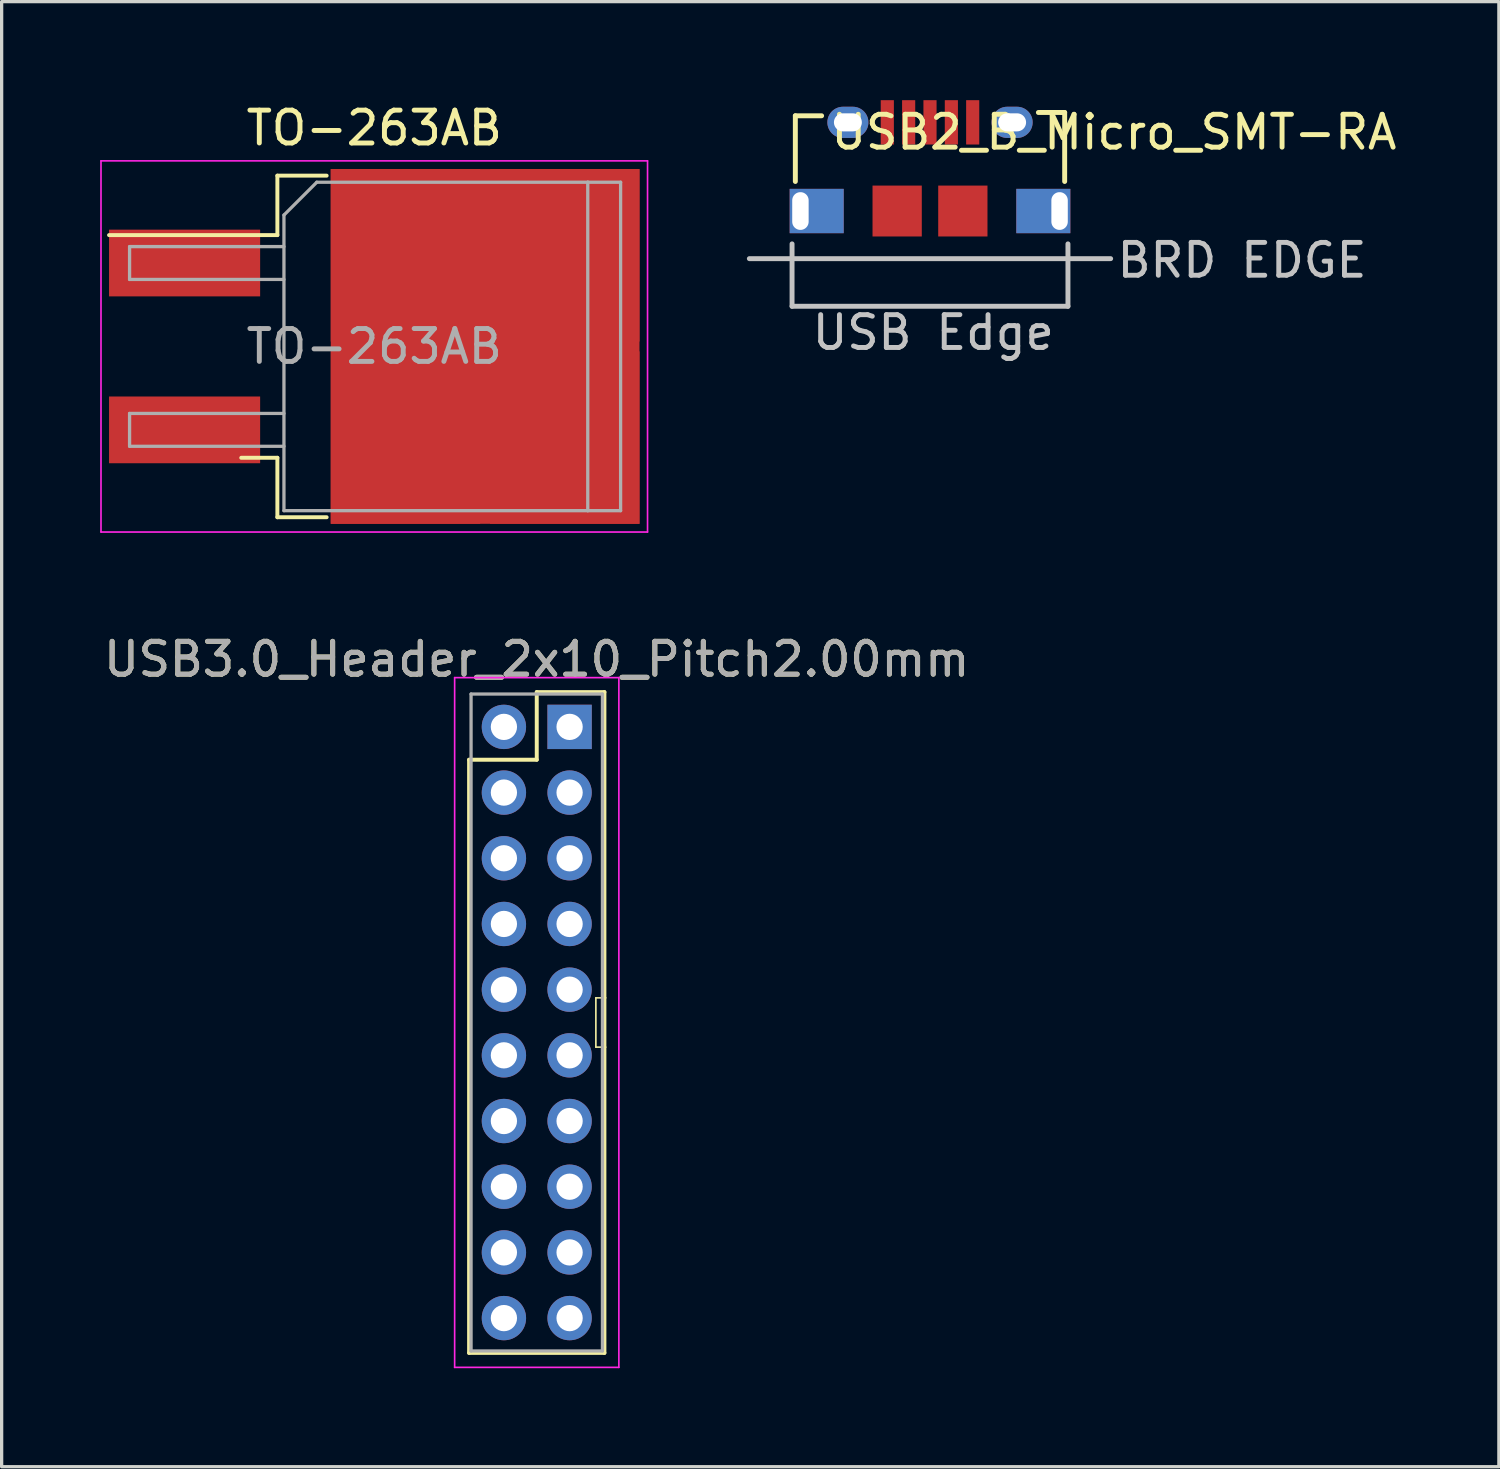
<source format=kicad_pcb>
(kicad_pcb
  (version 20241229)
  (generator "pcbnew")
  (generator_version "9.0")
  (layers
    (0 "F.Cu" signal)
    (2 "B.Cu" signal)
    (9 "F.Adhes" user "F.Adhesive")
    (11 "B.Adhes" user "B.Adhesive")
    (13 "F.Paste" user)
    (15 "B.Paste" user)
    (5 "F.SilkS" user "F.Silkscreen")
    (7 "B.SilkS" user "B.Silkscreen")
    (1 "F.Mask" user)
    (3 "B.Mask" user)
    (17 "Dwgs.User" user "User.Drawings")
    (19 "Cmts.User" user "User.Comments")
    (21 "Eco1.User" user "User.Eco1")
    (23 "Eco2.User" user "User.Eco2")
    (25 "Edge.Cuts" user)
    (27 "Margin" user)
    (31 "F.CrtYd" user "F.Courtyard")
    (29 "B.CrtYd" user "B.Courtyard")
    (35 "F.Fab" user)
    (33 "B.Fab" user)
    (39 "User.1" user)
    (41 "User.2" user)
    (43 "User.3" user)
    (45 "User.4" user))
  (footprint "USB3.0_Header_2x10_Pitch2.00mm"
    (layer "F.Cu")
    (at 12.292 19.081)
    (property "Reference" "USB3.0_Header_2x10_Pitch2.00mm" (at 1 -2.06 0) (layer "F.SilkS") (effects (font (size 1 1) (thickness 0.15))))
    (attr through_hole)
    (fp_line (start -1.06 1) (end -1.06 19.06) (stroke (width 0.12) (type solid)) (layer "F.SilkS"))
    (fp_line (start -1.06 19.06) (end 3.06 19.06) (stroke (width 0.12) (type solid)) (layer "F.SilkS"))
    (fp_line (start 1 -1.06) (end 1 1) (stroke (width 0.12) (type solid)) (layer "F.SilkS"))
    (fp_line (start 1 1) (end -1.06 1) (stroke (width 0.12) (type solid)) (layer "F.SilkS"))
    (fp_line (start 2.8 8.25) (end 2.8 9.75) (stroke (width 0.05) (type solid)) (layer "F.SilkS"))
    (fp_line (start 2.8 9.75) (end 3.1 9.75) (stroke (width 0.05) (type solid)) (layer "F.SilkS"))
    (fp_line (start 3.06 -1.06) (end 1 -1.06) (stroke (width 0.12) (type solid)) (layer "F.SilkS"))
    (fp_line (start 3.06 19.06) (end 3.06 -1.06) (stroke (width 0.12) (type solid)) (layer "F.SilkS"))
    (fp_line (start 3.1 8.25) (end 2.8 8.25) (stroke (width 0.05) (type solid)) (layer "F.SilkS"))
    (fp_line (start -1.5 -1.5) (end -1.5 19.5) (stroke (width 0.05) (type solid)) (layer "F.CrtYd"))
    (fp_line (start -1.5 19.5) (end 3.5 19.5) (stroke (width 0.05) (type solid)) (layer "F.CrtYd"))
    (fp_line (start 3.5 -1.5) (end -1.5 -1.5) (stroke (width 0.05) (type solid)) (layer "F.CrtYd"))
    (fp_line (start 3.5 19.5) (end 3.5 -1.5) (stroke (width 0.05) (type solid)) (layer "F.CrtYd"))
    (fp_line (start -1 -1) (end -1 19) (stroke (width 0.1) (type solid)) (layer "F.Fab"))
    (fp_line (start -1 19) (end 3 19) (stroke (width 0.1) (type solid)) (layer "F.Fab"))
    (fp_line (start 3 -1) (end -1 -1) (stroke (width 0.1) (type solid)) (layer "F.Fab"))
    (fp_line (start 3 19) (end 3 -1) (stroke (width 0.1) (type solid)) (layer "F.Fab"))
    (fp_text user "${REFERENCE}" (at 1 -2.06 0) (layer "F.Fab") (effects (font (size 1 1) (thickness 0.15))))
    (pad "" np_thru_hole oval (at 0 0) (size 1.35 1.35) (drill 0.8) (layers "*.Cu" "*.Mask"))
    (pad "1" thru_hole rect (at 2 0) (size 1.35 1.35) (drill 0.8) (layers "*.Cu" "*.Mask"))
    (pad "2" thru_hole oval (at 2 2) (size 1.35 1.35) (drill 0.8) (layers "*.Cu" "*.Mask"))
    (pad "3" thru_hole oval (at 2 4) (size 1.35 1.35) (drill 0.8) (layers "*.Cu" "*.Mask"))
    (pad "4" thru_hole oval (at 2 6) (size 1.35 1.35) (drill 0.8) (layers "*.Cu" "*.Mask"))
    (pad "5" thru_hole oval (at 2 8) (size 1.35 1.35) (drill 0.8) (layers "*.Cu" "*.Mask"))
    (pad "6" thru_hole oval (at 2 10) (size 1.35 1.35) (drill 0.8) (layers "*.Cu" "*.Mask"))
    (pad "7" thru_hole oval (at 2 12) (size 1.35 1.35) (drill 0.8) (layers "*.Cu" "*.Mask"))
    (pad "8" thru_hole oval (at 2 14) (size 1.35 1.35) (drill 0.8) (layers "*.Cu" "*.Mask"))
    (pad "9" thru_hole oval (at 2 16) (size 1.35 1.35) (drill 0.8) (layers "*.Cu" "*.Mask"))
    (pad "10" thru_hole oval (at 2 18) (size 1.35 1.35) (drill 0.8) (layers "*.Cu" "*.Mask"))
    (pad "11" thru_hole oval (at 0 18) (size 1.35 1.35) (drill 0.8) (layers "*.Cu" "*.Mask"))
    (pad "12" thru_hole oval (at 0 16) (size 1.35 1.35) (drill 0.8) (layers "*.Cu" "*.Mask"))
    (pad "13" thru_hole oval (at 0 14) (size 1.35 1.35) (drill 0.8) (layers "*.Cu" "*.Mask"))
    (pad "14" thru_hole oval (at 0 12) (size 1.35 1.35) (drill 0.8) (layers "*.Cu" "*.Mask"))
    (pad "15" thru_hole oval (at 0 10) (size 1.35 1.35) (drill 0.8) (layers "*.Cu" "*.Mask"))
    (pad "16" thru_hole oval (at 0 8) (size 1.35 1.35) (drill 0.8) (layers "*.Cu" "*.Mask"))
    (pad "17" thru_hole oval (at 0 6) (size 1.35 1.35) (drill 0.8) (layers "*.Cu" "*.Mask"))
    (pad "18" thru_hole oval (at 0 4) (size 1.35 1.35) (drill 0.8) (layers "*.Cu" "*.Mask"))
    (pad "19" thru_hole oval (at 0 2) (size 1.35 1.35) (drill 0.8) (layers "*.Cu" "*.Mask")))
  (footprint "TO-263AB"
    (layer "F.Cu")
    (at 8.345 7.498)
    (property "Reference" "TO-263AB" (at 0 -6.65 0) (layer "F.SilkS") (effects (font (size 1 1) (thickness 0.15))))
    (attr smd)
    (fp_line (start -2.95 -5.2) (end -2.95 -3.39) (stroke (width 0.12) (type solid)) (layer "F.SilkS"))
    (fp_line (start -2.95 -3.39) (end -8.075 -3.39) (stroke (width 0.12) (type solid)) (layer "F.SilkS"))
    (fp_line (start -2.95 3.39) (end -4.05 3.39) (stroke (width 0.12) (type solid)) (layer "F.SilkS"))
    (fp_line (start -2.95 5.2) (end -2.95 3.39) (stroke (width 0.12) (type solid)) (layer "F.SilkS"))
    (fp_line (start -1.45 -5.2) (end -2.95 -5.2) (stroke (width 0.12) (type solid)) (layer "F.SilkS"))
    (fp_line (start -1.45 5.2) (end -2.95 5.2) (stroke (width 0.12) (type solid)) (layer "F.SilkS"))
    (fp_line (start -8.32 -5.65) (end -8.32 5.65) (stroke (width 0.05) (type solid)) (layer "F.CrtYd"))
    (fp_line (start -8.32 5.65) (end 8.32 5.65) (stroke (width 0.05) (type solid)) (layer "F.CrtYd"))
    (fp_line (start 8.32 -5.65) (end -8.32 -5.65) (stroke (width 0.05) (type solid)) (layer "F.CrtYd"))
    (fp_line (start 8.32 5.65) (end 8.32 -5.65) (stroke (width 0.05) (type solid)) (layer "F.CrtYd"))
    (fp_line (start -7.45 -3.04) (end -7.45 -2.04) (stroke (width 0.1) (type solid)) (layer "F.Fab"))
    (fp_line (start -7.45 -2.04) (end -2.75 -2.04) (stroke (width 0.1) (type solid)) (layer "F.Fab"))
    (fp_line (start -7.45 2.04) (end -7.45 3.04) (stroke (width 0.1) (type solid)) (layer "F.Fab"))
    (fp_line (start -7.45 3.04) (end -2.75 3.04) (stroke (width 0.1) (type solid)) (layer "F.Fab"))
    (fp_line (start -2.75 -4) (end -1.75 -5) (stroke (width 0.1) (type solid)) (layer "F.Fab"))
    (fp_line (start -2.75 -3.04) (end -7.45 -3.04) (stroke (width 0.1) (type solid)) (layer "F.Fab"))
    (fp_line (start -2.75 2.04) (end -7.45 2.04) (stroke (width 0.1) (type solid)) (layer "F.Fab"))
    (fp_line (start -2.75 5) (end -2.75 -4) (stroke (width 0.1) (type solid)) (layer "F.Fab"))
    (fp_line (start -1.75 -5) (end 6.5 -5) (stroke (width 0.1) (type solid)) (layer "F.Fab"))
    (fp_line (start 6.5 -5) (end 6.5 5) (stroke (width 0.1) (type solid)) (layer "F.Fab"))
    (fp_line (start 6.5 -5) (end 7.5 -5) (stroke (width 0.1) (type solid)) (layer "F.Fab"))
    (fp_line (start 6.5 5) (end -2.75 5) (stroke (width 0.1) (type solid)) (layer "F.Fab"))
    (fp_line (start 7.5 -5) (end 7.5 5) (stroke (width 0.1) (type solid)) (layer "F.Fab"))
    (fp_line (start 7.5 5) (end 6.5 5) (stroke (width 0.1) (type solid)) (layer "F.Fab"))
    (fp_text user "${REFERENCE}" (at 0 0 0) (layer "F.Fab") (effects (font (size 1 1) (thickness 0.15))))
    (pad "1" smd rect (at -5.775 -2.54) (size 4.6 2.032) (layers "F.Cu" "F.Mask" "F.Paste"))
    (pad "2" smd rect (at -5.775 2.54) (size 4.6 2.032) (layers "F.Cu" "F.Mask" "F.Paste"))
    (pad "3" smd rect (at 0.95 -2.775) (size 4.55 5.25) (layers "F.Cu" "F.Paste"))
    (pad "3" smd rect (at 0.95 2.775) (size 4.55 5.25) (layers "F.Cu" "F.Paste"))
    (pad "3" smd rect (at 3.375 0) (size 9.4 10.8) (layers "F.Cu" "F.Mask"))
    (pad "3" smd rect (at 5.8 -2.775) (size 4.55 5.25) (layers "F.Cu" "F.Paste"))
    (pad "3" smd rect (at 5.8 2.775) (size 4.55 5.25) (layers "F.Cu" "F.Paste")))
  (footprint "USB2_B_Micro_SMT-RA"
    (layer "F.Cu")
    (at 25.265 3.375)
    (property "Reference" "USB2_B_Micro_SMT-RA" (at 5.6 -2.4 0) (layer "F.SilkS") (effects (font (size 1 1) (thickness 0.15))))
    (attr through_hole)
    (fp_line (start -4.1 -2.9) (end -3.3 -2.9) (stroke (width 0.15) (type solid)) (layer "F.SilkS"))
    (fp_line (start -4.1 -0.9) (end -4.1 -2.9) (stroke (width 0.15) (type solid)) (layer "F.SilkS"))
    (fp_line (start 3.3 -3) (end 4 -3) (stroke (width 0.15) (type solid)) (layer "F.SilkS"))
    (fp_line (start 4 -3) (end 4.1 -3) (stroke (width 0.15) (type solid)) (layer "F.SilkS"))
    (fp_line (start 4.1 -3) (end 4.1 -0.9) (stroke (width 0.15) (type solid)) (layer "F.SilkS"))
    (fp_line (start -5.5 1.45) (end 5.5 1.45) (stroke (width 0.15) (type solid)) (layer "Dwgs.User"))
    (fp_line (start -4.2 2.9) (end -4.2 1) (stroke (width 0.15) (type solid)) (layer "Dwgs.User"))
    (fp_line (start -4.2 2.9) (end 4.2 2.9) (stroke (width 0.15) (type solid)) (layer "Dwgs.User"))
    (fp_line (start 4.2 2.9) (end 4.2 1) (stroke (width 0.15) (type solid)) (layer "Dwgs.User"))
    (fp_text user "USB Edge" (at 0.1 3.7 0) (layer "Dwgs.User") (effects (font (size 1 1) (thickness 0.15))))
    (fp_text user "BRD EDGE" (at 9.5 1.5 0) (layer "Dwgs.User") (effects (font (size 1 1) (thickness 0.15))))
    (pad "1" smd rect (at -1.3 -2.7) (size 0.4 1.35) (layers "F.Cu" "F.Mask" "F.Paste"))
    (pad "2" smd rect (at -0.65 -2.7) (size 0.4 1.35) (layers "F.Cu" "F.Mask" "F.Paste"))
    (pad "3" smd rect (at 0 -2.7) (size 0.4 1.35) (layers "F.Cu" "F.Mask" "F.Paste"))
    (pad "4" smd rect (at 0.65 -2.7) (size 0.4 1.35) (layers "F.Cu" "F.Mask" "F.Paste"))
    (pad "5" smd rect (at 1.3 -2.7) (size 0.4 1.35) (layers "F.Cu" "F.Mask" "F.Paste"))
    (pad "6" thru_hole rect (at -3.945 0) (size 1.645 1.35) (drill oval 0.5 1.15 (offset 0.495 0)) (layers "*.Cu" "*.Mask"))
    (pad "6" thru_hole oval (at -2.5 -2.7) (size 1.25 0.95) (drill oval 0.85 0.55) (layers "*.Cu" "*.Mask"))
    (pad "6" smd rect (at -1 0) (size 1.5 1.55) (layers "F.Cu" "F.Mask" "F.Paste"))
    (pad "6" smd rect (at 1 0) (size 1.5 1.55) (layers "F.Cu" "F.Mask" "F.Paste"))
    (pad "6" thru_hole oval (at 2.5 -2.7) (size 1.25 0.95) (drill oval 0.85 0.55) (layers "*.Cu" "*.Mask"))
    (pad "6" thru_hole rect (at 3.945 0) (size 1.645 1.35) (drill oval 0.5 1.15 (offset -0.495 0)) (layers "*.Cu" "*.Mask")))
  (gr_rect
    (start -3 -3)
    (end 42.585 41.606)
    (stroke (width 0.1) (type default))
    (fill no)
    (layer "Edge.Cuts")))
</source>
